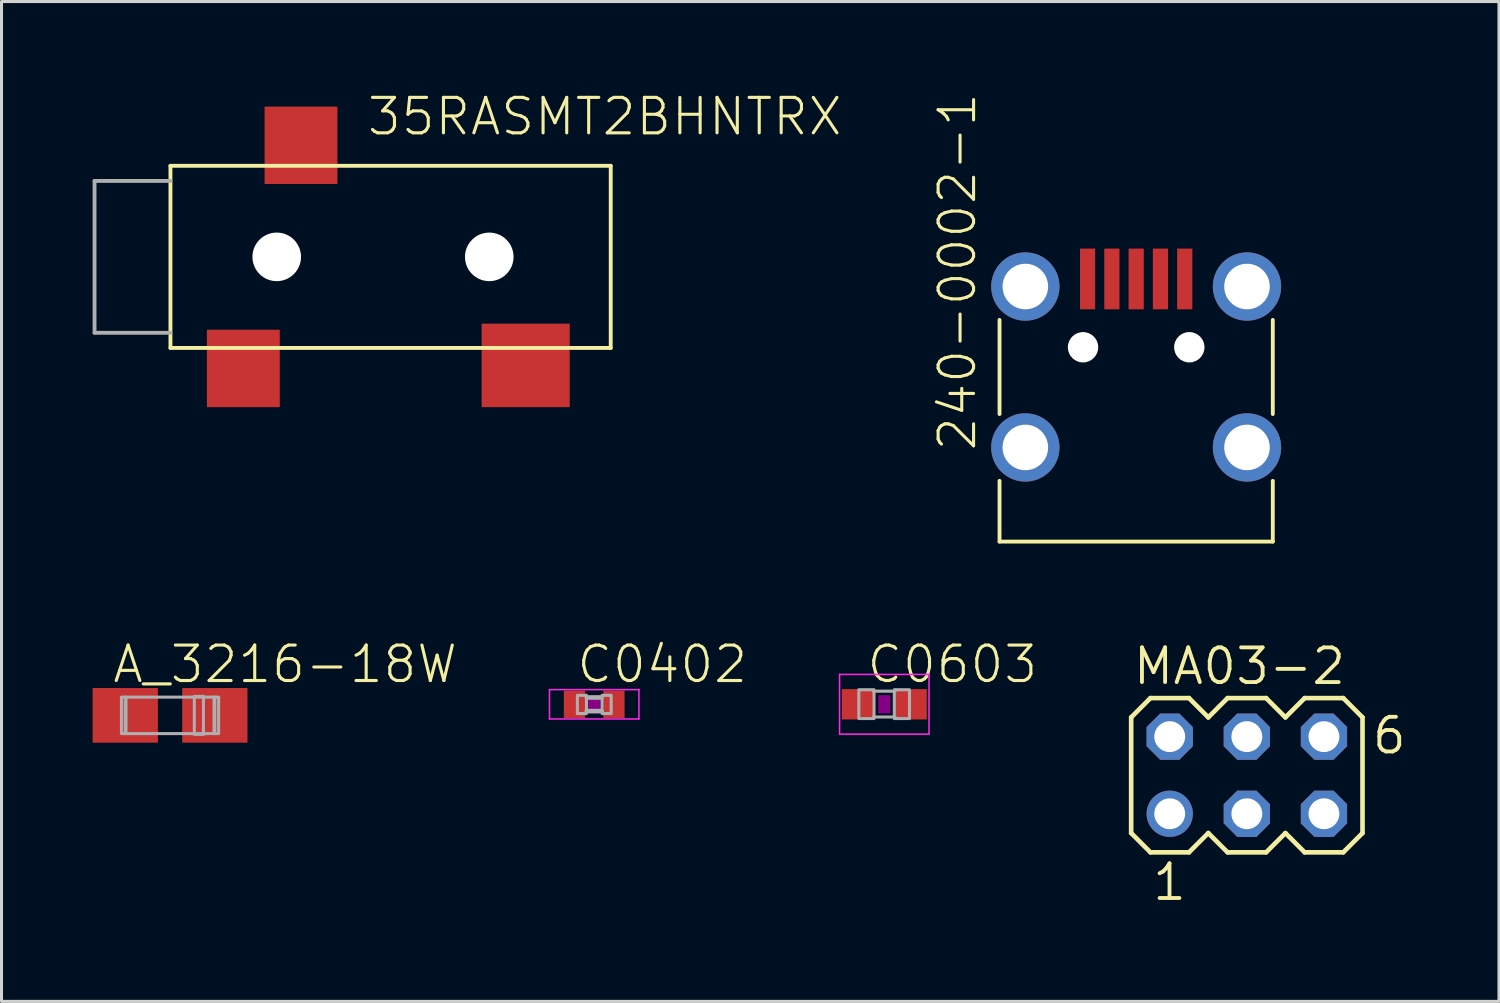
<source format=kicad_pcb>
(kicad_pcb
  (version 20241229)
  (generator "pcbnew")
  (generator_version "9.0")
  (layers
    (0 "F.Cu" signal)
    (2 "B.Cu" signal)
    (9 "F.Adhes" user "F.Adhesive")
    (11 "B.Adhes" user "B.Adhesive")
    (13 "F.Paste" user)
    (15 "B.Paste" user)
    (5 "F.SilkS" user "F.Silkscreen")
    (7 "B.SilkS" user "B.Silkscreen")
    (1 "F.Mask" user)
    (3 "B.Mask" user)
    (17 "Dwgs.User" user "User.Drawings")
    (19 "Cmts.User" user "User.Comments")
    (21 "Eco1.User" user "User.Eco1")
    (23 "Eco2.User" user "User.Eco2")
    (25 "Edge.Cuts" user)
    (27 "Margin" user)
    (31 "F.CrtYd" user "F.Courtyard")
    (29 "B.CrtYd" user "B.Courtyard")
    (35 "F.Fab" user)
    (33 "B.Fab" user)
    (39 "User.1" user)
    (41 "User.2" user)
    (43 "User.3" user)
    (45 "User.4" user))
  (footprint "35RASMT2BHNTRX"
    (layer "F.Cu")
    (at 6.064 5.41)
    (property "Reference" "35RASMT2BHNTRX" (at 2.921 -3.937 0) (layer "F.SilkS") (effects (font (size 1.168 1.168) (thickness 0.102)) (justify left bottom)))
    (fp_line (start -3.5 -3) (end -3.5 3) (stroke (width 0.127) (type solid)) (layer "F.SilkS"))
    (fp_line (start -3.5 -3) (end 11 -3) (stroke (width 0.127) (type solid)) (layer "F.SilkS"))
    (fp_line (start 11 -3) (end 11 3) (stroke (width 0.127) (type solid)) (layer "F.SilkS"))
    (fp_line (start 11 3) (end -3.5 3) (stroke (width 0.127) (type solid)) (layer "F.SilkS"))
    (fp_line (start -6 -2.5) (end -6 2.5) (stroke (width 0.127) (type solid)) (layer "F.Fab"))
    (fp_line (start -6 2.5) (end -3.5 2.5) (stroke (width 0.127) (type solid)) (layer "F.Fab"))
    (fp_line (start -3.5 -2.5) (end -6 -2.5) (stroke (width 0.127) (type solid)) (layer "F.Fab"))
    (pad "" np_thru_hole circle (at 0 0) (size 1.6 1.6) (drill 1.6) (layers "*.Cu" "*.Mask"))
    (pad "" np_thru_hole circle (at 7 0) (size 1.6 1.6) (drill 1.6) (layers "*.Cu" "*.Mask"))
    (pad "1" smd rect (at 0.8 -3.675 90) (size 2.55 2.4) (layers "F.Cu" "F.Mask" "F.Paste"))
    (pad "4" smd rect (at 8.2 3.575 90) (size 2.75 2.9) (layers "F.Cu" "F.Mask" "F.Paste"))
    (pad "5" smd rect (at -1.1 3.675 90) (size 2.55 2.4) (layers "F.Cu" "F.Mask" "F.Paste")))
  (footprint "MA03-2"
    (layer "F.Cu")
    (at 38.015 22.482)
    (property "Reference" "MA03-2" (at -3.81 -2.921 0) (layer "F.SilkS") (effects (font (size 1.143 1.143) (thickness 0.127)) (justify left bottom)))
    (fp_line (start -3.81 -1.905) (end -3.81 1.905) (stroke (width 0.152) (type solid)) (layer "F.SilkS"))
    (fp_line (start -3.81 1.905) (end -3.175 2.54) (stroke (width 0.152) (type solid)) (layer "F.SilkS"))
    (fp_line (start -3.175 -2.54) (end -3.81 -1.905) (stroke (width 0.152) (type solid)) (layer "F.SilkS"))
    (fp_line (start -3.175 -2.54) (end -1.905 -2.54) (stroke (width 0.152) (type solid)) (layer "F.SilkS"))
    (fp_line (start -1.905 -2.54) (end -1.27 -1.905) (stroke (width 0.152) (type solid)) (layer "F.SilkS"))
    (fp_line (start -1.905 2.54) (end -3.175 2.54) (stroke (width 0.152) (type solid)) (layer "F.SilkS"))
    (fp_line (start -1.27 -1.905) (end -0.635 -2.54) (stroke (width 0.152) (type solid)) (layer "F.SilkS"))
    (fp_line (start -1.27 1.905) (end -1.905 2.54) (stroke (width 0.152) (type solid)) (layer "F.SilkS"))
    (fp_line (start -0.635 -2.54) (end 0.635 -2.54) (stroke (width 0.152) (type solid)) (layer "F.SilkS"))
    (fp_line (start -0.635 2.54) (end -1.27 1.905) (stroke (width 0.152) (type solid)) (layer "F.SilkS"))
    (fp_line (start 0.635 -2.54) (end 1.27 -1.905) (stroke (width 0.152) (type solid)) (layer "F.SilkS"))
    (fp_line (start 0.635 2.54) (end -0.635 2.54) (stroke (width 0.152) (type solid)) (layer "F.SilkS"))
    (fp_line (start 1.27 -1.905) (end 1.905 -2.54) (stroke (width 0.152) (type solid)) (layer "F.SilkS"))
    (fp_line (start 1.27 1.905) (end 0.635 2.54) (stroke (width 0.152) (type solid)) (layer "F.SilkS"))
    (fp_line (start 1.905 -2.54) (end 3.175 -2.54) (stroke (width 0.152) (type solid)) (layer "F.SilkS"))
    (fp_line (start 1.905 2.54) (end 1.27 1.905) (stroke (width 0.152) (type solid)) (layer "F.SilkS"))
    (fp_line (start 3.175 -2.54) (end 3.81 -1.905) (stroke (width 0.152) (type solid)) (layer "F.SilkS"))
    (fp_line (start 3.175 2.54) (end 1.905 2.54) (stroke (width 0.152) (type solid)) (layer "F.SilkS"))
    (fp_line (start 3.81 -1.905) (end 3.81 1.905) (stroke (width 0.152) (type solid)) (layer "F.SilkS"))
    (fp_line (start 3.81 1.905) (end 3.175 2.54) (stroke (width 0.152) (type solid)) (layer "F.SilkS"))
    (fp_poly (pts (xy -2.794 -1.016) (xy -2.286 -1.016) (xy -2.286 -1.524) (xy -2.794 -1.524)) (stroke (width 0.1) (type solid)) (fill no) (layer "F.Fab"))
    (fp_poly (pts (xy -2.794 1.524) (xy -2.286 1.524) (xy -2.286 1.016) (xy -2.794 1.016)) (stroke (width 0.1) (type solid)) (fill no) (layer "F.Fab"))
    (fp_poly (pts (xy -0.254 -1.016) (xy 0.254 -1.016) (xy 0.254 -1.524) (xy -0.254 -1.524)) (stroke (width 0.1) (type solid)) (fill no) (layer "F.Fab"))
    (fp_poly (pts (xy -0.254 1.524) (xy 0.254 1.524) (xy 0.254 1.016) (xy -0.254 1.016)) (stroke (width 0.1) (type solid)) (fill no) (layer "F.Fab"))
    (fp_poly (pts (xy 2.286 -1.016) (xy 2.794 -1.016) (xy 2.794 -1.524) (xy 2.286 -1.524)) (stroke (width 0.1) (type solid)) (fill no) (layer "F.Fab"))
    (fp_poly (pts (xy 2.286 1.524) (xy 2.794 1.524) (xy 2.794 1.016) (xy 2.286 1.016)) (stroke (width 0.1) (type solid)) (fill no) (layer "F.Fab"))
    (fp_text user "1" (at -3.175 4.191 0) (layer "F.SilkS") (effects (font (size 1.143 1.143) (thickness 0.127)) (justify left bottom)))
    (fp_text user "6" (at 4.064 -0.635 0) (layer "F.SilkS") (effects (font (size 1.143 1.143) (thickness 0.127)) (justify left bottom)))
    (pad "1" thru_hole circle (at -2.54 1.27) (size 1.524 1.524) (drill 1.016) (layers "*.Cu" "*.Mask"))
    (pad "2" thru_hole roundrect (at -2.54 -1.27) (size 1.524 1.524) (drill 1.016) (layers "*.Cu" "*.Mask") (roundrect_rratio 0.25) (chamfer_ratio 0.293) (chamfer top_left top_right bottom_left bottom_right))
    (pad "3" thru_hole roundrect (at 0 1.27) (size 1.524 1.524) (drill 1.016) (layers "*.Cu" "*.Mask") (roundrect_rratio 0.25) (chamfer_ratio 0.293) (chamfer top_left top_right bottom_left bottom_right))
    (pad "4" thru_hole roundrect (at 0 -1.27) (size 1.524 1.524) (drill 1.016) (layers "*.Cu" "*.Mask") (roundrect_rratio 0.25) (chamfer_ratio 0.293) (chamfer top_left top_right bottom_left bottom_right))
    (pad "5" thru_hole roundrect (at 2.54 1.27) (size 1.524 1.524) (drill 1.016) (layers "*.Cu" "*.Mask") (roundrect_rratio 0.25) (chamfer_ratio 0.293) (chamfer top_left top_right bottom_left bottom_right))
    (pad "6" thru_hole roundrect (at 2.54 -1.27) (size 1.524 1.524) (drill 1.016) (layers "*.Cu" "*.Mask") (roundrect_rratio 0.25) (chamfer_ratio 0.293) (chamfer top_left top_right bottom_left bottom_right)))
  (footprint "C0603"
    (layer "F.Cu")
    (at 26.074 20.146)
    (property "Reference" "C0603" (at -0.635 -0.635 0) (layer "F.SilkS") (effects (font (size 1.168 1.168) (thickness 0.102)) (justify left bottom)))
    (fp_poly (pts (xy -0.2 0.3) (xy 0.2 0.3) (xy 0.2 -0.3) (xy -0.2 -0.3)) (stroke (width 0) (type solid)) (fill yes) (layer "F.Adhes"))
    (fp_line (start -1.473 -0.983) (end 1.473 -0.983) (stroke (width 0.051) (type solid)) (layer "F.CrtYd"))
    (fp_line (start -1.473 0.983) (end -1.473 -0.983) (stroke (width 0.051) (type solid)) (layer "F.CrtYd"))
    (fp_line (start 1.473 -0.983) (end 1.473 0.983) (stroke (width 0.051) (type solid)) (layer "F.CrtYd"))
    (fp_line (start 1.473 0.983) (end -1.473 0.983) (stroke (width 0.051) (type solid)) (layer "F.CrtYd"))
    (fp_line (start -0.356 -0.432) (end 0.356 -0.432) (stroke (width 0.102) (type solid)) (layer "F.Fab"))
    (fp_line (start -0.356 0.419) (end 0.356 0.419) (stroke (width 0.102) (type solid)) (layer "F.Fab"))
    (fp_poly (pts (xy -0.838 0.47) (xy -0.338 0.47) (xy -0.338 -0.48) (xy -0.838 -0.48)) (stroke (width 0.1) (type solid)) (fill no) (layer "F.Fab"))
    (fp_poly (pts (xy 0.33 0.47) (xy 0.83 0.47) (xy 0.83 -0.48) (xy 0.33 -0.48)) (stroke (width 0.1) (type solid)) (fill no) (layer "F.Fab"))
    (pad "1" smd rect (at -0.85 0) (size 1.1 1) (layers "F.Cu" "F.Mask" "F.Paste"))
    (pad "2" smd rect (at 0.85 0) (size 1.1 1) (layers "F.Cu" "F.Mask" "F.Paste")))
  (footprint "A_3216-18W"
    (layer "F.Cu")
    (at 2.55 20.511)
    (property "Reference" "A_3216-18W" (at -1.95 -1 0) (layer "F.SilkS") (effects (font (size 1.168 1.168) (thickness 0.102)) (justify left bottom)))
    (fp_line (start -1.45 -0.6) (end 1.45 -0.6) (stroke (width 0.102) (type solid)) (layer "F.Fab"))
    (fp_line (start -1.45 0.6) (end -1.45 -0.6) (stroke (width 0.102) (type solid)) (layer "F.Fab"))
    (fp_line (start 1.45 -0.6) (end 1.45 0.6) (stroke (width 0.102) (type solid)) (layer "F.Fab"))
    (fp_line (start 1.45 0.6) (end -1.45 0.6) (stroke (width 0.102) (type solid)) (layer "F.Fab"))
    (fp_poly (pts (xy -1.6 0.6) (xy -1.475 0.6) (xy -1.475 -0.6) (xy -1.6 -0.6)) (stroke (width 0.1) (type solid)) (fill no) (layer "F.Fab"))
    (fp_poly (pts (xy 0.8 0.625) (xy 1.1 0.625) (xy 1.1 -0.625) (xy 0.8 -0.625)) (stroke (width 0.1) (type solid)) (fill no) (layer "F.Fab"))
    (fp_poly (pts (xy 1.475 0.6) (xy 1.6 0.6) (xy 1.6 -0.6) (xy 1.475 -0.6)) (stroke (width 0.1) (type solid)) (fill no) (layer "F.Fab"))
    (pad "+" smd rect (at 1.475 0) (size 2.15 1.8) (layers "F.Cu" "F.Mask" "F.Paste"))
    (pad "-" smd rect (at -1.475 0) (size 2.15 1.8) (layers "F.Cu" "F.Mask" "F.Paste")))
  (footprint "240-0002-1"
    (layer "F.Cu")
    (at 34.37 14.787)
    (property "Reference" "240-0002-1" (at -5.207 -2.921 90) (layer "F.SilkS") (effects (font (size 1.168 1.168) (thickness 0.102)) (justify left bottom)))
    (fp_line (start -4.5 -7.3) (end -4.5 -4.2) (stroke (width 0.127) (type solid)) (layer "F.SilkS"))
    (fp_line (start -4.5 -2) (end -4.5 0) (stroke (width 0.127) (type solid)) (layer "F.SilkS"))
    (fp_line (start -4.5 0) (end 4.5 0) (stroke (width 0.127) (type solid)) (layer "F.SilkS"))
    (fp_line (start 4.5 -7.3) (end 4.5 -4.2) (stroke (width 0.127) (type solid)) (layer "F.SilkS"))
    (fp_line (start 4.5 0) (end 4.5 -2) (stroke (width 0.127) (type solid)) (layer "F.SilkS"))
    (pad "" np_thru_hole circle (at -1.75 -6.4) (size 1 1) (drill 1) (layers "*.Cu" "*.Mask"))
    (pad "" np_thru_hole circle (at 1.75 -6.4) (size 1 1) (drill 1) (layers "*.Cu" "*.Mask"))
    (pad "P$1" smd rect (at -1.6 -8.65 90) (size 2 0.5) (layers "F.Cu" "F.Mask" "F.Paste"))
    (pad "P$2" smd rect (at -0.8 -8.65 90) (size 2 0.5) (layers "F.Cu" "F.Mask" "F.Paste"))
    (pad "P$3" smd rect (at 0 -8.65 90) (size 2 0.5) (layers "F.Cu" "F.Mask" "F.Paste"))
    (pad "P$4" smd rect (at 0.8 -8.65 90) (size 2 0.5) (layers "F.Cu" "F.Mask" "F.Paste"))
    (pad "P$5" smd rect (at 1.6 -8.65 90) (size 2 0.5) (layers "F.Cu" "F.Mask" "F.Paste"))
    (pad "SHIELD_1" thru_hole circle (at -3.65 -3.1 90) (size 2.25 2.25) (drill 1.5) (layers "*.Cu" "*.Mask"))
    (pad "SHIELD_2" thru_hole circle (at 3.65 -3.1 90) (size 2.25 2.25) (drill 1.5) (layers "*.Cu" "*.Mask"))
    (pad "SHIELD_3" thru_hole circle (at 3.65 -8.4) (size 2.25 2.25) (drill 1.5) (layers "*.Cu" "*.Mask"))
    (pad "SHIELD_4" thru_hole circle (at -3.65 -8.4) (size 2.25 2.25) (drill 1.5) (layers "*.Cu" "*.Mask")))
  (footprint "C0402"
    (layer "F.Cu")
    (at 16.52 20.146)
    (property "Reference" "C0402" (at -0.635 -0.635 0) (layer "F.SilkS") (effects (font (size 1.168 1.168) (thickness 0.102)) (justify left bottom)))
    (fp_poly (pts (xy -0.2 0.3) (xy 0.2 0.3) (xy 0.2 -0.3) (xy -0.2 -0.3)) (stroke (width 0) (type solid)) (fill yes) (layer "F.Adhes"))
    (fp_line (start -1.473 -0.483) (end 1.473 -0.483) (stroke (width 0.051) (type solid)) (layer "F.CrtYd"))
    (fp_line (start -1.473 0.483) (end -1.473 -0.483) (stroke (width 0.051) (type solid)) (layer "F.CrtYd"))
    (fp_line (start 1.473 -0.483) (end 1.473 0.483) (stroke (width 0.051) (type solid)) (layer "F.CrtYd"))
    (fp_line (start 1.473 0.483) (end -1.473 0.483) (stroke (width 0.051) (type solid)) (layer "F.CrtYd"))
    (fp_line (start -0.245 -0.224) (end 0.245 -0.224) (stroke (width 0.152) (type solid)) (layer "F.Fab"))
    (fp_line (start 0.245 0.224) (end -0.245 0.224) (stroke (width 0.152) (type solid)) (layer "F.Fab"))
    (fp_poly (pts (xy -0.554 0.305) (xy -0.254 0.305) (xy -0.254 -0.295) (xy -0.554 -0.295)) (stroke (width 0.1) (type solid)) (fill no) (layer "F.Fab"))
    (fp_poly (pts (xy 0.259 0.305) (xy 0.559 0.305) (xy 0.559 -0.295) (xy 0.259 -0.295)) (stroke (width 0.1) (type solid)) (fill no) (layer "F.Fab"))
    (pad "1" smd rect (at -0.65 0) (size 0.7 0.9) (layers "F.Cu" "F.Mask" "F.Paste"))
    (pad "2" smd rect (at 0.65 0) (size 0.7 0.9) (layers "F.Cu" "F.Mask" "F.Paste")))
  (gr_rect
    (start -3 -3)
    (end 46.32 29.932)
    (stroke (width 0.1) (type default))
    (fill no)
    (layer "Edge.Cuts")))
</source>
